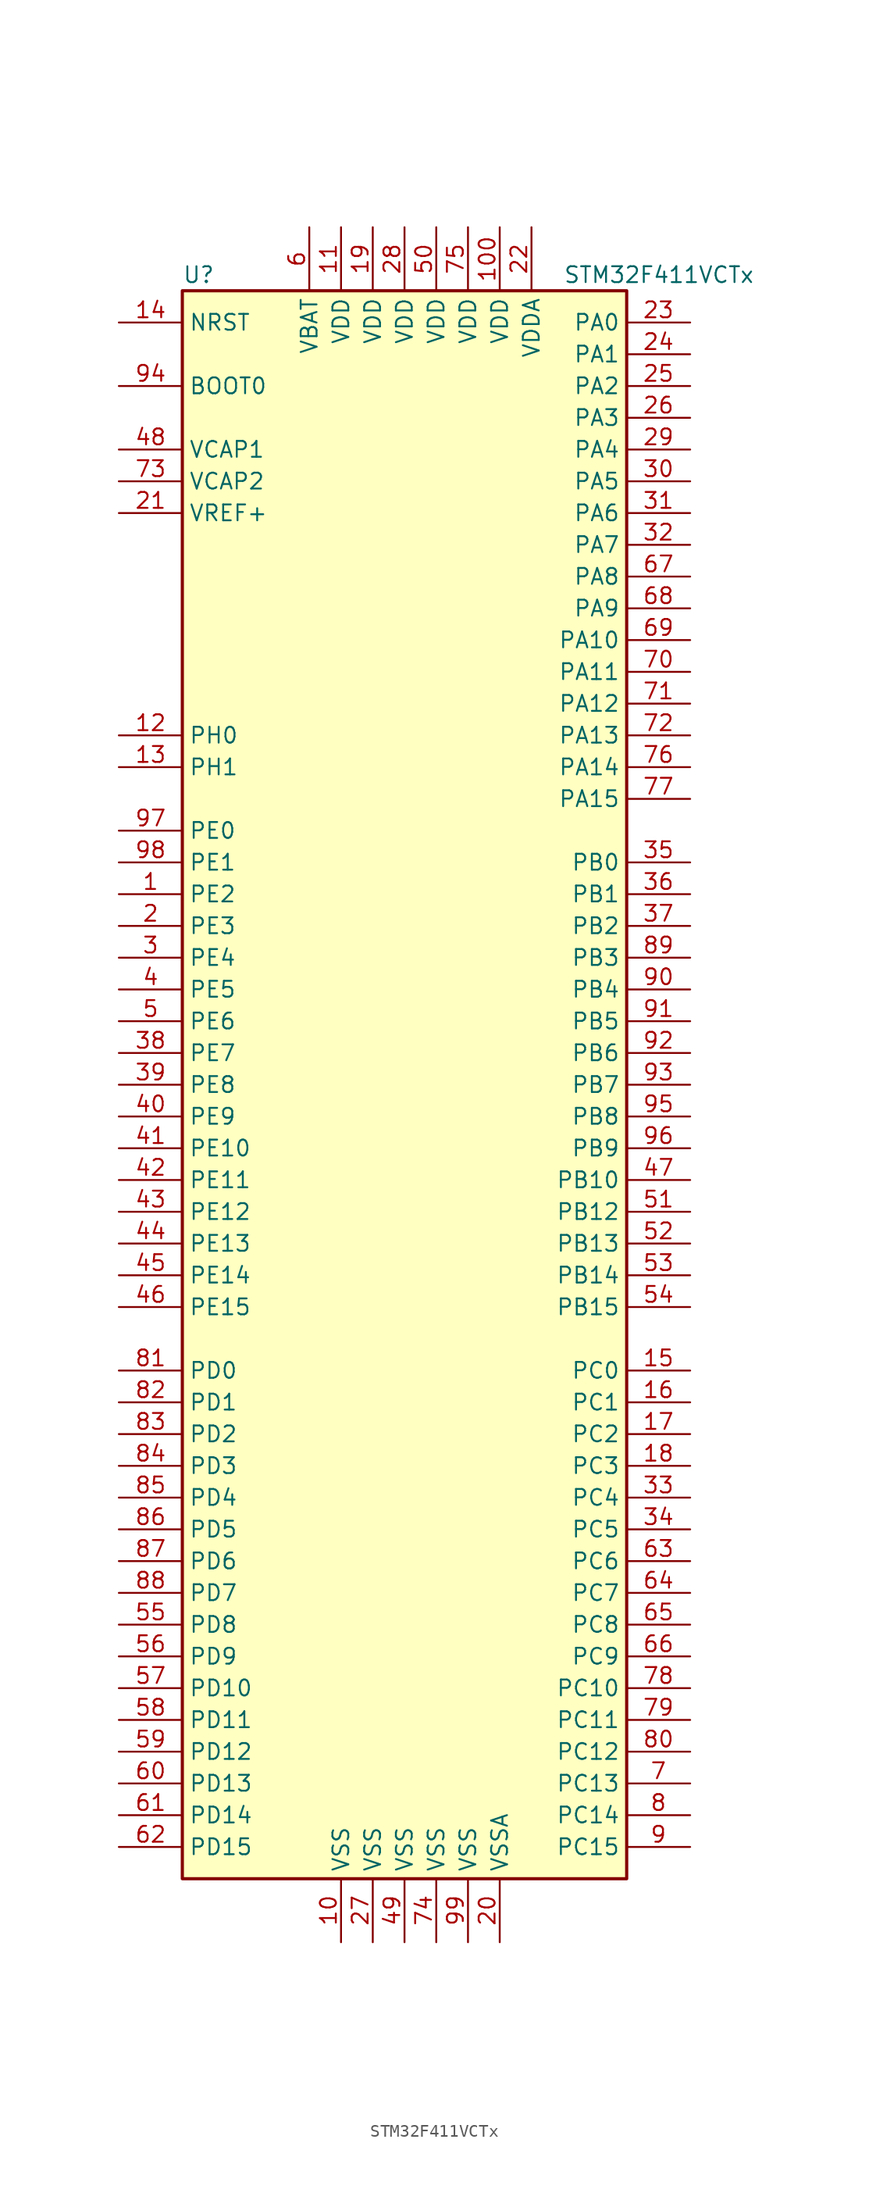
<source format=kicad_sym>
(kicad_symbol_lib
  (version 20201005)
  (generator kicad_symbol_editor)
  (symbol "MCU_ST_STM32F4:STM32F411VCTx"
    (property "Reference" "U"
      (at -17.78 64.77 0)
      (effects (font (size 1.27 1.27)) (justify left)))
    (property "Value" "STM32F411VCTx"
      (at 12.7 64.77 0)
      (effects (font (size 1.27 1.27)) (justify left)))
    (symbol "STM32F411VCTx_0_1"
      (rectangle (start -17.78 -63.5) (end 17.78 63.5) (stroke (width 0.254)) (fill (type background))))
    (symbol "STM32F411VCTx_1_1"
      (pin input line (at -22.86 55.88 0) (length 5.08) (name "BOOT0" (effects (font (size 1.27 1.27)))) (number "94" (effects (font (size 1.27 1.27)))))
      (pin input line (at -22.86 60.96 0) (length 5.08) (name "NRST" (effects (font (size 1.27 1.27)))) (number "14" (effects (font (size 1.27 1.27)))))
      (pin bidirectional line (at 22.86 60.96 180) (length 5.08) (name "PA0" (effects (font (size 1.27 1.27)))) (number "23" (effects (font (size 1.27 1.27)))))
      (pin bidirectional line (at 22.86 58.42 180) (length 5.08) (name "PA1" (effects (font (size 1.27 1.27)))) (number "24" (effects (font (size 1.27 1.27)))))
      (pin bidirectional line (at 22.86 35.56 180) (length 5.08) (name "PA10" (effects (font (size 1.27 1.27)))) (number "69" (effects (font (size 1.27 1.27)))))
      (pin bidirectional line (at 22.86 33.02 180) (length 5.08) (name "PA11" (effects (font (size 1.27 1.27)))) (number "70" (effects (font (size 1.27 1.27)))))
      (pin bidirectional line (at 22.86 30.48 180) (length 5.08) (name "PA12" (effects (font (size 1.27 1.27)))) (number "71" (effects (font (size 1.27 1.27)))))
      (pin bidirectional line (at 22.86 27.94 180) (length 5.08) (name "PA13" (effects (font (size 1.27 1.27)))) (number "72" (effects (font (size 1.27 1.27)))))
      (pin bidirectional line (at 22.86 25.4 180) (length 5.08) (name "PA14" (effects (font (size 1.27 1.27)))) (number "76" (effects (font (size 1.27 1.27)))))
      (pin bidirectional line (at 22.86 22.86 180) (length 5.08) (name "PA15" (effects (font (size 1.27 1.27)))) (number "77" (effects (font (size 1.27 1.27)))))
      (pin bidirectional line (at 22.86 55.88 180) (length 5.08) (name "PA2" (effects (font (size 1.27 1.27)))) (number "25" (effects (font (size 1.27 1.27)))))
      (pin bidirectional line (at 22.86 53.34 180) (length 5.08) (name "PA3" (effects (font (size 1.27 1.27)))) (number "26" (effects (font (size 1.27 1.27)))))
      (pin bidirectional line (at 22.86 50.8 180) (length 5.08) (name "PA4" (effects (font (size 1.27 1.27)))) (number "29" (effects (font (size 1.27 1.27)))))
      (pin bidirectional line (at 22.86 48.26 180) (length 5.08) (name "PA5" (effects (font (size 1.27 1.27)))) (number "30" (effects (font (size 1.27 1.27)))))
      (pin bidirectional line (at 22.86 45.72 180) (length 5.08) (name "PA6" (effects (font (size 1.27 1.27)))) (number "31" (effects (font (size 1.27 1.27)))))
      (pin bidirectional line (at 22.86 43.18 180) (length 5.08) (name "PA7" (effects (font (size 1.27 1.27)))) (number "32" (effects (font (size 1.27 1.27)))))
      (pin bidirectional line (at 22.86 40.64 180) (length 5.08) (name "PA8" (effects (font (size 1.27 1.27)))) (number "67" (effects (font (size 1.27 1.27)))))
      (pin bidirectional line (at 22.86 38.1 180) (length 5.08) (name "PA9" (effects (font (size 1.27 1.27)))) (number "68" (effects (font (size 1.27 1.27)))))
      (pin bidirectional line (at 22.86 17.78 180) (length 5.08) (name "PB0" (effects (font (size 1.27 1.27)))) (number "35" (effects (font (size 1.27 1.27)))))
      (pin bidirectional line (at 22.86 15.24 180) (length 5.08) (name "PB1" (effects (font (size 1.27 1.27)))) (number "36" (effects (font (size 1.27 1.27)))))
      (pin bidirectional line (at 22.86 -7.62 180) (length 5.08) (name "PB10" (effects (font (size 1.27 1.27)))) (number "47" (effects (font (size 1.27 1.27)))))
      (pin bidirectional line (at 22.86 -10.16 180) (length 5.08) (name "PB12" (effects (font (size 1.27 1.27)))) (number "51" (effects (font (size 1.27 1.27)))))
      (pin bidirectional line (at 22.86 -12.7 180) (length 5.08) (name "PB13" (effects (font (size 1.27 1.27)))) (number "52" (effects (font (size 1.27 1.27)))))
      (pin bidirectional line (at 22.86 -15.24 180) (length 5.08) (name "PB14" (effects (font (size 1.27 1.27)))) (number "53" (effects (font (size 1.27 1.27)))))
      (pin bidirectional line (at 22.86 -17.78 180) (length 5.08) (name "PB15" (effects (font (size 1.27 1.27)))) (number "54" (effects (font (size 1.27 1.27)))))
      (pin bidirectional line (at 22.86 12.7 180) (length 5.08) (name "PB2" (effects (font (size 1.27 1.27)))) (number "37" (effects (font (size 1.27 1.27)))))
      (pin bidirectional line (at 22.86 10.16 180) (length 5.08) (name "PB3" (effects (font (size 1.27 1.27)))) (number "89" (effects (font (size 1.27 1.27)))))
      (pin bidirectional line (at 22.86 7.62 180) (length 5.08) (name "PB4" (effects (font (size 1.27 1.27)))) (number "90" (effects (font (size 1.27 1.27)))))
      (pin bidirectional line (at 22.86 5.08 180) (length 5.08) (name "PB5" (effects (font (size 1.27 1.27)))) (number "91" (effects (font (size 1.27 1.27)))))
      (pin bidirectional line (at 22.86 2.54 180) (length 5.08) (name "PB6" (effects (font (size 1.27 1.27)))) (number "92" (effects (font (size 1.27 1.27)))))
      (pin bidirectional line (at 22.86 0 180) (length 5.08) (name "PB7" (effects (font (size 1.27 1.27)))) (number "93" (effects (font (size 1.27 1.27)))))
      (pin bidirectional line (at 22.86 -2.54 180) (length 5.08) (name "PB8" (effects (font (size 1.27 1.27)))) (number "95" (effects (font (size 1.27 1.27)))))
      (pin bidirectional line (at 22.86 -5.08 180) (length 5.08) (name "PB9" (effects (font (size 1.27 1.27)))) (number "96" (effects (font (size 1.27 1.27)))))
      (pin bidirectional line (at 22.86 -22.86 180) (length 5.08) (name "PC0" (effects (font (size 1.27 1.27)))) (number "15" (effects (font (size 1.27 1.27)))))
      (pin bidirectional line (at 22.86 -25.4 180) (length 5.08) (name "PC1" (effects (font (size 1.27 1.27)))) (number "16" (effects (font (size 1.27 1.27)))))
      (pin bidirectional line (at 22.86 -48.26 180) (length 5.08) (name "PC10" (effects (font (size 1.27 1.27)))) (number "78" (effects (font (size 1.27 1.27)))))
      (pin bidirectional line (at 22.86 -50.8 180) (length 5.08) (name "PC11" (effects (font (size 1.27 1.27)))) (number "79" (effects (font (size 1.27 1.27)))))
      (pin bidirectional line (at 22.86 -53.34 180) (length 5.08) (name "PC12" (effects (font (size 1.27 1.27)))) (number "80" (effects (font (size 1.27 1.27)))))
      (pin bidirectional line (at 22.86 -55.88 180) (length 5.08) (name "PC13" (effects (font (size 1.27 1.27)))) (number "7" (effects (font (size 1.27 1.27)))))
      (pin bidirectional line (at 22.86 -58.42 180) (length 5.08) (name "PC14" (effects (font (size 1.27 1.27)))) (number "8" (effects (font (size 1.27 1.27)))))
      (pin bidirectional line (at 22.86 -60.96 180) (length 5.08) (name "PC15" (effects (font (size 1.27 1.27)))) (number "9" (effects (font (size 1.27 1.27)))))
      (pin bidirectional line (at 22.86 -27.94 180) (length 5.08) (name "PC2" (effects (font (size 1.27 1.27)))) (number "17" (effects (font (size 1.27 1.27)))))
      (pin bidirectional line (at 22.86 -30.48 180) (length 5.08) (name "PC3" (effects (font (size 1.27 1.27)))) (number "18" (effects (font (size 1.27 1.27)))))
      (pin bidirectional line (at 22.86 -33.02 180) (length 5.08) (name "PC4" (effects (font (size 1.27 1.27)))) (number "33" (effects (font (size 1.27 1.27)))))
      (pin bidirectional line (at 22.86 -35.56 180) (length 5.08) (name "PC5" (effects (font (size 1.27 1.27)))) (number "34" (effects (font (size 1.27 1.27)))))
      (pin bidirectional line (at 22.86 -38.1 180) (length 5.08) (name "PC6" (effects (font (size 1.27 1.27)))) (number "63" (effects (font (size 1.27 1.27)))))
      (pin bidirectional line (at 22.86 -40.64 180) (length 5.08) (name "PC7" (effects (font (size 1.27 1.27)))) (number "64" (effects (font (size 1.27 1.27)))))
      (pin bidirectional line (at 22.86 -43.18 180) (length 5.08) (name "PC8" (effects (font (size 1.27 1.27)))) (number "65" (effects (font (size 1.27 1.27)))))
      (pin bidirectional line (at 22.86 -45.72 180) (length 5.08) (name "PC9" (effects (font (size 1.27 1.27)))) (number "66" (effects (font (size 1.27 1.27)))))
      (pin bidirectional line (at -22.86 -22.86 0) (length 5.08) (name "PD0" (effects (font (size 1.27 1.27)))) (number "81" (effects (font (size 1.27 1.27)))))
      (pin bidirectional line (at -22.86 -25.4 0) (length 5.08) (name "PD1" (effects (font (size 1.27 1.27)))) (number "82" (effects (font (size 1.27 1.27)))))
      (pin bidirectional line (at -22.86 -48.26 0) (length 5.08) (name "PD10" (effects (font (size 1.27 1.27)))) (number "57" (effects (font (size 1.27 1.27)))))
      (pin bidirectional line (at -22.86 -50.8 0) (length 5.08) (name "PD11" (effects (font (size 1.27 1.27)))) (number "58" (effects (font (size 1.27 1.27)))))
      (pin bidirectional line (at -22.86 -53.34 0) (length 5.08) (name "PD12" (effects (font (size 1.27 1.27)))) (number "59" (effects (font (size 1.27 1.27)))))
      (pin bidirectional line (at -22.86 -55.88 0) (length 5.08) (name "PD13" (effects (font (size 1.27 1.27)))) (number "60" (effects (font (size 1.27 1.27)))))
      (pin bidirectional line (at -22.86 -58.42 0) (length 5.08) (name "PD14" (effects (font (size 1.27 1.27)))) (number "61" (effects (font (size 1.27 1.27)))))
      (pin bidirectional line (at -22.86 -60.96 0) (length 5.08) (name "PD15" (effects (font (size 1.27 1.27)))) (number "62" (effects (font (size 1.27 1.27)))))
      (pin bidirectional line (at -22.86 -27.94 0) (length 5.08) (name "PD2" (effects (font (size 1.27 1.27)))) (number "83" (effects (font (size 1.27 1.27)))))
      (pin bidirectional line (at -22.86 -30.48 0) (length 5.08) (name "PD3" (effects (font (size 1.27 1.27)))) (number "84" (effects (font (size 1.27 1.27)))))
      (pin bidirectional line (at -22.86 -33.02 0) (length 5.08) (name "PD4" (effects (font (size 1.27 1.27)))) (number "85" (effects (font (size 1.27 1.27)))))
      (pin bidirectional line (at -22.86 -35.56 0) (length 5.08) (name "PD5" (effects (font (size 1.27 1.27)))) (number "86" (effects (font (size 1.27 1.27)))))
      (pin bidirectional line (at -22.86 -38.1 0) (length 5.08) (name "PD6" (effects (font (size 1.27 1.27)))) (number "87" (effects (font (size 1.27 1.27)))))
      (pin bidirectional line (at -22.86 -40.64 0) (length 5.08) (name "PD7" (effects (font (size 1.27 1.27)))) (number "88" (effects (font (size 1.27 1.27)))))
      (pin bidirectional line (at -22.86 -43.18 0) (length 5.08) (name "PD8" (effects (font (size 1.27 1.27)))) (number "55" (effects (font (size 1.27 1.27)))))
      (pin bidirectional line (at -22.86 -45.72 0) (length 5.08) (name "PD9" (effects (font (size 1.27 1.27)))) (number "56" (effects (font (size 1.27 1.27)))))
      (pin bidirectional line (at -22.86 20.32 0) (length 5.08) (name "PE0" (effects (font (size 1.27 1.27)))) (number "97" (effects (font (size 1.27 1.27)))))
      (pin bidirectional line (at -22.86 17.78 0) (length 5.08) (name "PE1" (effects (font (size 1.27 1.27)))) (number "98" (effects (font (size 1.27 1.27)))))
      (pin bidirectional line (at -22.86 -5.08 0) (length 5.08) (name "PE10" (effects (font (size 1.27 1.27)))) (number "41" (effects (font (size 1.27 1.27)))))
      (pin bidirectional line (at -22.86 -7.62 0) (length 5.08) (name "PE11" (effects (font (size 1.27 1.27)))) (number "42" (effects (font (size 1.27 1.27)))))
      (pin bidirectional line (at -22.86 -10.16 0) (length 5.08) (name "PE12" (effects (font (size 1.27 1.27)))) (number "43" (effects (font (size 1.27 1.27)))))
      (pin bidirectional line (at -22.86 -12.7 0) (length 5.08) (name "PE13" (effects (font (size 1.27 1.27)))) (number "44" (effects (font (size 1.27 1.27)))))
      (pin bidirectional line (at -22.86 -15.24 0) (length 5.08) (name "PE14" (effects (font (size 1.27 1.27)))) (number "45" (effects (font (size 1.27 1.27)))))
      (pin bidirectional line (at -22.86 -17.78 0) (length 5.08) (name "PE15" (effects (font (size 1.27 1.27)))) (number "46" (effects (font (size 1.27 1.27)))))
      (pin bidirectional line (at -22.86 15.24 0) (length 5.08) (name "PE2" (effects (font (size 1.27 1.27)))) (number "1" (effects (font (size 1.27 1.27)))))
      (pin bidirectional line (at -22.86 12.7 0) (length 5.08) (name "PE3" (effects (font (size 1.27 1.27)))) (number "2" (effects (font (size 1.27 1.27)))))
      (pin bidirectional line (at -22.86 10.16 0) (length 5.08) (name "PE4" (effects (font (size 1.27 1.27)))) (number "3" (effects (font (size 1.27 1.27)))))
      (pin bidirectional line (at -22.86 7.62 0) (length 5.08) (name "PE5" (effects (font (size 1.27 1.27)))) (number "4" (effects (font (size 1.27 1.27)))))
      (pin bidirectional line (at -22.86 5.08 0) (length 5.08) (name "PE6" (effects (font (size 1.27 1.27)))) (number "5" (effects (font (size 1.27 1.27)))))
      (pin bidirectional line (at -22.86 2.54 0) (length 5.08) (name "PE7" (effects (font (size 1.27 1.27)))) (number "38" (effects (font (size 1.27 1.27)))))
      (pin bidirectional line (at -22.86 0 0) (length 5.08) (name "PE8" (effects (font (size 1.27 1.27)))) (number "39" (effects (font (size 1.27 1.27)))))
      (pin bidirectional line (at -22.86 -2.54 0) (length 5.08) (name "PE9" (effects (font (size 1.27 1.27)))) (number "40" (effects (font (size 1.27 1.27)))))
      (pin input line (at -22.86 27.94 0) (length 5.08) (name "PH0" (effects (font (size 1.27 1.27)))) (number "12" (effects (font (size 1.27 1.27)))))
      (pin input line (at -22.86 25.4 0) (length 5.08) (name "PH1" (effects (font (size 1.27 1.27)))) (number "13" (effects (font (size 1.27 1.27)))))
      (pin power_in line (at -7.62 68.58 270) (length 5.08) (name "VBAT" (effects (font (size 1.27 1.27)))) (number "6" (effects (font (size 1.27 1.27)))))
      (pin power_in line (at -22.86 50.8 0) (length 5.08) (name "VCAP1" (effects (font (size 1.27 1.27)))) (number "48" (effects (font (size 1.27 1.27)))))
      (pin power_in line (at -22.86 48.26 0) (length 5.08) (name "VCAP2" (effects (font (size 1.27 1.27)))) (number "73" (effects (font (size 1.27 1.27)))))
      (pin power_in line (at 7.62 68.58 270) (length 5.08) (name "VDD" (effects (font (size 1.27 1.27)))) (number "100" (effects (font (size 1.27 1.27)))))
      (pin power_in line (at -5.08 68.58 270) (length 5.08) (name "VDD" (effects (font (size 1.27 1.27)))) (number "11" (effects (font (size 1.27 1.27)))))
      (pin power_in line (at -2.54 68.58 270) (length 5.08) (name "VDD" (effects (font (size 1.27 1.27)))) (number "19" (effects (font (size 1.27 1.27)))))
      (pin power_in line (at 0 68.58 270) (length 5.08) (name "VDD" (effects (font (size 1.27 1.27)))) (number "28" (effects (font (size 1.27 1.27)))))
      (pin power_in line (at 2.54 68.58 270) (length 5.08) (name "VDD" (effects (font (size 1.27 1.27)))) (number "50" (effects (font (size 1.27 1.27)))))
      (pin power_in line (at 5.08 68.58 270) (length 5.08) (name "VDD" (effects (font (size 1.27 1.27)))) (number "75" (effects (font (size 1.27 1.27)))))
      (pin power_in line (at 10.16 68.58 270) (length 5.08) (name "VDDA" (effects (font (size 1.27 1.27)))) (number "22" (effects (font (size 1.27 1.27)))))
      (pin power_in line (at -22.86 45.72 0) (length 5.08) (name "VREF+" (effects (font (size 1.27 1.27)))) (number "21" (effects (font (size 1.27 1.27)))))
      (pin power_in line (at -5.08 -68.58 90) (length 5.08) (name "VSS" (effects (font (size 1.27 1.27)))) (number "10" (effects (font (size 1.27 1.27)))))
      (pin power_in line (at -2.54 -68.58 90) (length 5.08) (name "VSS" (effects (font (size 1.27 1.27)))) (number "27" (effects (font (size 1.27 1.27)))))
      (pin power_in line (at 0 -68.58 90) (length 5.08) (name "VSS" (effects (font (size 1.27 1.27)))) (number "49" (effects (font (size 1.27 1.27)))))
      (pin power_in line (at 2.54 -68.58 90) (length 5.08) (name "VSS" (effects (font (size 1.27 1.27)))) (number "74" (effects (font (size 1.27 1.27)))))
      (pin power_in line (at 5.08 -68.58 90) (length 5.08) (name "VSS" (effects (font (size 1.27 1.27)))) (number "99" (effects (font (size 1.27 1.27)))))
      (pin power_in line (at 7.62 -68.58 90) (length 5.08) (name "VSSA" (effects (font (size 1.27 1.27)))) (number "20" (effects (font (size 1.27 1.27))))))))
</source>
